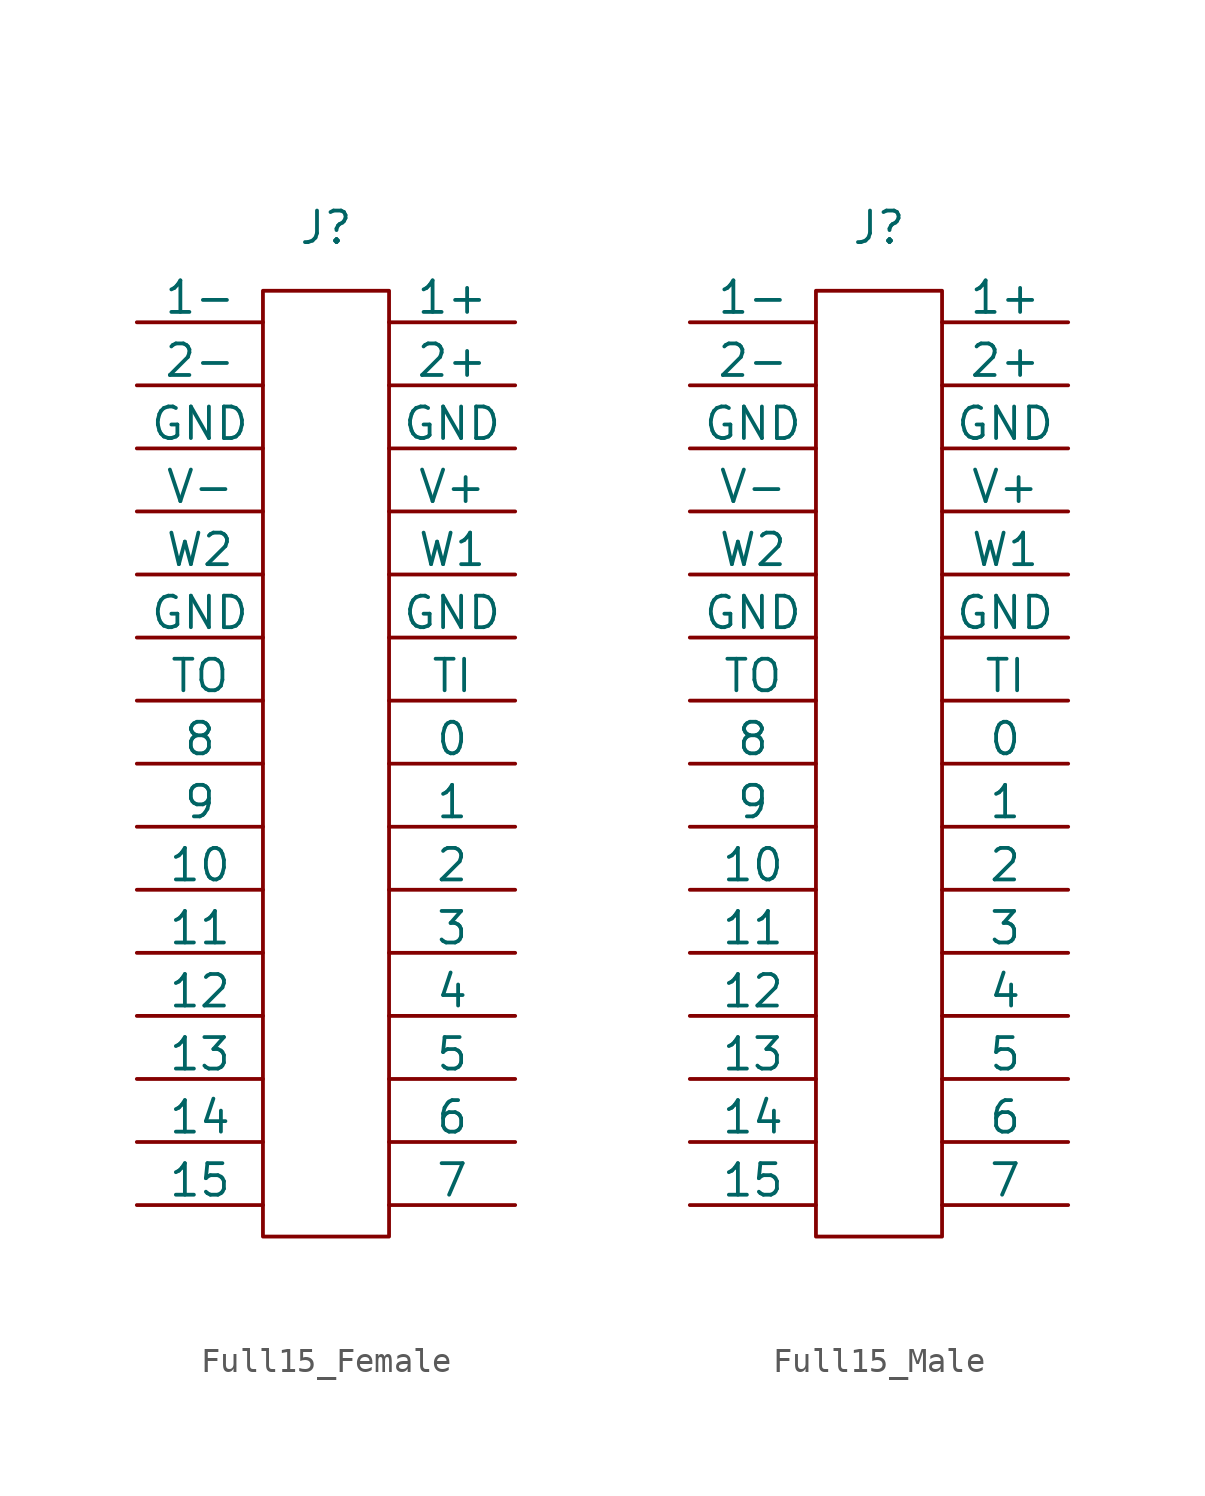
<source format=kicad_sym>
(kicad_symbol_lib
  (version 20220914)
  (generator kicad_symbol_editor)
  (symbol "Full15_Female"
    (pin_numbers hide)
    (pin_names
      (offset 0))
    (property "Reference" "J"
      (at 0 21.59 0)
      (effects (font (size 1.27 1.27))))
    (symbol "Full15_Female_0_1"
      (rectangle (start -2.54 19.05) (end 2.54 -19.05) (stroke (width 0) (type default)) (fill (type none))))
    (symbol "Full15_Female_1_1"
      (pin bidirectional line (at 2.54 -17.78 0) (length 5.08) (name "7" (effects (font (size 1.27 1.27)))) (number "1" (effects (font (size 1.27 1.27)))))
      (pin bidirectional line (at -2.54 -7.62 180) (length 5.08) (name "11" (effects (font (size 1.27 1.27)))) (number "10" (effects (font (size 1.27 1.27)))))
      (pin bidirectional line (at 2.54 -5.08 0) (length 5.08) (name "2" (effects (font (size 1.27 1.27)))) (number "11" (effects (font (size 1.27 1.27)))))
      (pin bidirectional line (at -2.54 -5.08 180) (length 5.08) (name "10" (effects (font (size 1.27 1.27)))) (number "12" (effects (font (size 1.27 1.27)))))
      (pin bidirectional line (at 2.54 -2.54 0) (length 5.08) (name "1" (effects (font (size 1.27 1.27)))) (number "13" (effects (font (size 1.27 1.27)))))
      (pin bidirectional line (at -2.54 -2.54 180) (length 5.08) (name "9" (effects (font (size 1.27 1.27)))) (number "14" (effects (font (size 1.27 1.27)))))
      (pin bidirectional line (at 2.54 0 0) (length 5.08) (name "0" (effects (font (size 1.27 1.27)))) (number "15" (effects (font (size 1.27 1.27)))))
      (pin bidirectional line (at -2.54 0 180) (length 5.08) (name "8" (effects (font (size 1.27 1.27)))) (number "16" (effects (font (size 1.27 1.27)))))
      (pin input line (at 2.54 2.54 0) (length 5.08) (name "TI" (effects (font (size 1.27 1.27)))) (number "17" (effects (font (size 1.27 1.27)))))
      (pin output line (at -2.54 2.54 180) (length 5.08) (name "TO" (effects (font (size 1.27 1.27)))) (number "18" (effects (font (size 1.27 1.27)))))
      (pin power_out line (at 2.54 5.08 0) (length 5.08) (name "GND" (effects (font (size 1.27 1.27)))) (number "19" (effects (font (size 1.27 1.27)))))
      (pin bidirectional line (at -2.54 -17.78 180) (length 5.08) (name "15" (effects (font (size 1.27 1.27)))) (number "2" (effects (font (size 1.27 1.27)))))
      (pin power_out line (at -2.54 5.08 180) (length 5.08) (name "GND" (effects (font (size 1.27 1.27)))) (number "20" (effects (font (size 1.27 1.27)))))
      (pin output line (at 2.54 7.62 0) (length 5.08) (name "W1" (effects (font (size 1.27 1.27)))) (number "21" (effects (font (size 1.27 1.27)))))
      (pin output line (at -2.54 7.62 180) (length 5.08) (name "W2" (effects (font (size 1.27 1.27)))) (number "22" (effects (font (size 1.27 1.27)))))
      (pin power_out line (at 2.54 10.16 0) (length 5.08) (name "V+" (effects (font (size 1.27 1.27)))) (number "23" (effects (font (size 1.27 1.27)))))
      (pin power_out line (at -2.54 10.16 180) (length 5.08) (name "V-" (effects (font (size 1.27 1.27)))) (number "24" (effects (font (size 1.27 1.27)))))
      (pin power_out line (at 2.54 12.7 0) (length 5.08) (name "GND" (effects (font (size 1.27 1.27)))) (number "25" (effects (font (size 1.27 1.27)))))
      (pin power_out line (at -2.54 12.7 180) (length 5.08) (name "GND" (effects (font (size 1.27 1.27)))) (number "26" (effects (font (size 1.27 1.27)))))
      (pin input line (at 2.54 15.24 0) (length 5.08) (name "2+" (effects (font (size 1.27 1.27)))) (number "27" (effects (font (size 1.27 1.27)))))
      (pin input line (at -2.54 15.24 180) (length 5.08) (name "2-" (effects (font (size 1.27 1.27)))) (number "28" (effects (font (size 1.27 1.27)))))
      (pin input line (at 2.54 17.78 0) (length 5.08) (name "1+" (effects (font (size 1.27 1.27)))) (number "29" (effects (font (size 1.27 1.27)))))
      (pin bidirectional line (at 2.54 -15.24 0) (length 5.08) (name "6" (effects (font (size 1.27 1.27)))) (number "3" (effects (font (size 1.27 1.27)))))
      (pin input line (at -2.54 17.78 180) (length 5.08) (name "1-" (effects (font (size 1.27 1.27)))) (number "30" (effects (font (size 1.27 1.27)))))
      (pin bidirectional line (at -2.54 -15.24 180) (length 5.08) (name "14" (effects (font (size 1.27 1.27)))) (number "4" (effects (font (size 1.27 1.27)))))
      (pin bidirectional line (at 2.54 -12.7 0) (length 5.08) (name "5" (effects (font (size 1.27 1.27)))) (number "5" (effects (font (size 1.27 1.27)))))
      (pin bidirectional line (at -2.54 -12.7 180) (length 5.08) (name "13" (effects (font (size 1.27 1.27)))) (number "6" (effects (font (size 1.27 1.27)))))
      (pin bidirectional line (at 2.54 -10.16 0) (length 5.08) (name "4" (effects (font (size 1.27 1.27)))) (number "7" (effects (font (size 1.27 1.27)))))
      (pin bidirectional line (at -2.54 -10.16 180) (length 5.08) (name "12" (effects (font (size 1.27 1.27)))) (number "8" (effects (font (size 1.27 1.27)))))
      (pin bidirectional line (at 2.54 -7.62 0) (length 5.08) (name "3" (effects (font (size 1.27 1.27)))) (number "9" (effects (font (size 1.27 1.27)))))))
  (symbol "Full15_Male"
    (pin_numbers hide)
    (pin_names
      (offset 0))
    (property "Reference" "J"
      (at 0 21.59 0)
      (effects (font (size 1.27 1.27))))
    (symbol "Full15_Male_0_1"
      (rectangle (start -2.54 19.05) (end 2.54 -19.05) (stroke (width 0) (type default)) (fill (type none))))
    (symbol "Full15_Male_1_1"
      (pin bidirectional line (at 2.54 -17.78 0) (length 5.08) (name "7" (effects (font (size 1.27 1.27)))) (number "1" (effects (font (size 1.27 1.27)))))
      (pin bidirectional line (at -2.54 -7.62 180) (length 5.08) (name "11" (effects (font (size 1.27 1.27)))) (number "10" (effects (font (size 1.27 1.27)))))
      (pin bidirectional line (at 2.54 -5.08 0) (length 5.08) (name "2" (effects (font (size 1.27 1.27)))) (number "11" (effects (font (size 1.27 1.27)))))
      (pin bidirectional line (at -2.54 -5.08 180) (length 5.08) (name "10" (effects (font (size 1.27 1.27)))) (number "12" (effects (font (size 1.27 1.27)))))
      (pin bidirectional line (at 2.54 -2.54 0) (length 5.08) (name "1" (effects (font (size 1.27 1.27)))) (number "13" (effects (font (size 1.27 1.27)))))
      (pin bidirectional line (at -2.54 -2.54 180) (length 5.08) (name "9" (effects (font (size 1.27 1.27)))) (number "14" (effects (font (size 1.27 1.27)))))
      (pin bidirectional line (at 2.54 0 0) (length 5.08) (name "0" (effects (font (size 1.27 1.27)))) (number "15" (effects (font (size 1.27 1.27)))))
      (pin bidirectional line (at -2.54 0 180) (length 5.08) (name "8" (effects (font (size 1.27 1.27)))) (number "16" (effects (font (size 1.27 1.27)))))
      (pin output line (at 2.54 2.54 0) (length 5.08) (name "TI" (effects (font (size 1.27 1.27)))) (number "17" (effects (font (size 1.27 1.27)))))
      (pin input line (at -2.54 2.54 180) (length 5.08) (name "TO" (effects (font (size 1.27 1.27)))) (number "18" (effects (font (size 1.27 1.27)))))
      (pin power_in line (at 2.54 5.08 0) (length 5.08) (name "GND" (effects (font (size 1.27 1.27)))) (number "19" (effects (font (size 1.27 1.27)))))
      (pin bidirectional line (at -2.54 -17.78 180) (length 5.08) (name "15" (effects (font (size 1.27 1.27)))) (number "2" (effects (font (size 1.27 1.27)))))
      (pin power_in line (at -2.54 5.08 180) (length 5.08) (name "GND" (effects (font (size 1.27 1.27)))) (number "20" (effects (font (size 1.27 1.27)))))
      (pin input line (at 2.54 7.62 0) (length 5.08) (name "W1" (effects (font (size 1.27 1.27)))) (number "21" (effects (font (size 1.27 1.27)))))
      (pin input line (at -2.54 7.62 180) (length 5.08) (name "W2" (effects (font (size 1.27 1.27)))) (number "22" (effects (font (size 1.27 1.27)))))
      (pin power_in line (at 2.54 10.16 0) (length 5.08) (name "V+" (effects (font (size 1.27 1.27)))) (number "23" (effects (font (size 1.27 1.27)))))
      (pin power_in line (at -2.54 10.16 180) (length 5.08) (name "V-" (effects (font (size 1.27 1.27)))) (number "24" (effects (font (size 1.27 1.27)))))
      (pin power_in line (at 2.54 12.7 0) (length 5.08) (name "GND" (effects (font (size 1.27 1.27)))) (number "25" (effects (font (size 1.27 1.27)))))
      (pin power_in line (at -2.54 12.7 180) (length 5.08) (name "GND" (effects (font (size 1.27 1.27)))) (number "26" (effects (font (size 1.27 1.27)))))
      (pin bidirectional line (at 2.54 15.24 0) (length 5.08) (name "2+" (effects (font (size 1.27 1.27)))) (number "27" (effects (font (size 1.27 1.27)))))
      (pin bidirectional line (at -2.54 15.24 180) (length 5.08) (name "2-" (effects (font (size 1.27 1.27)))) (number "28" (effects (font (size 1.27 1.27)))))
      (pin bidirectional line (at 2.54 17.78 0) (length 5.08) (name "1+" (effects (font (size 1.27 1.27)))) (number "29" (effects (font (size 1.27 1.27)))))
      (pin bidirectional line (at 2.54 -15.24 0) (length 5.08) (name "6" (effects (font (size 1.27 1.27)))) (number "3" (effects (font (size 1.27 1.27)))))
      (pin bidirectional line (at -2.54 17.78 180) (length 5.08) (name "1-" (effects (font (size 1.27 1.27)))) (number "30" (effects (font (size 1.27 1.27)))))
      (pin bidirectional line (at -2.54 -15.24 180) (length 5.08) (name "14" (effects (font (size 1.27 1.27)))) (number "4" (effects (font (size 1.27 1.27)))))
      (pin bidirectional line (at 2.54 -12.7 0) (length 5.08) (name "5" (effects (font (size 1.27 1.27)))) (number "5" (effects (font (size 1.27 1.27)))))
      (pin bidirectional line (at -2.54 -12.7 180) (length 5.08) (name "13" (effects (font (size 1.27 1.27)))) (number "6" (effects (font (size 1.27 1.27)))))
      (pin bidirectional line (at 2.54 -10.16 0) (length 5.08) (name "4" (effects (font (size 1.27 1.27)))) (number "7" (effects (font (size 1.27 1.27)))))
      (pin bidirectional line (at -2.54 -10.16 180) (length 5.08) (name "12" (effects (font (size 1.27 1.27)))) (number "8" (effects (font (size 1.27 1.27)))))
      (pin bidirectional line (at 2.54 -7.62 0) (length 5.08) (name "3" (effects (font (size 1.27 1.27)))) (number "9" (effects (font (size 1.27 1.27))))))))
</source>
